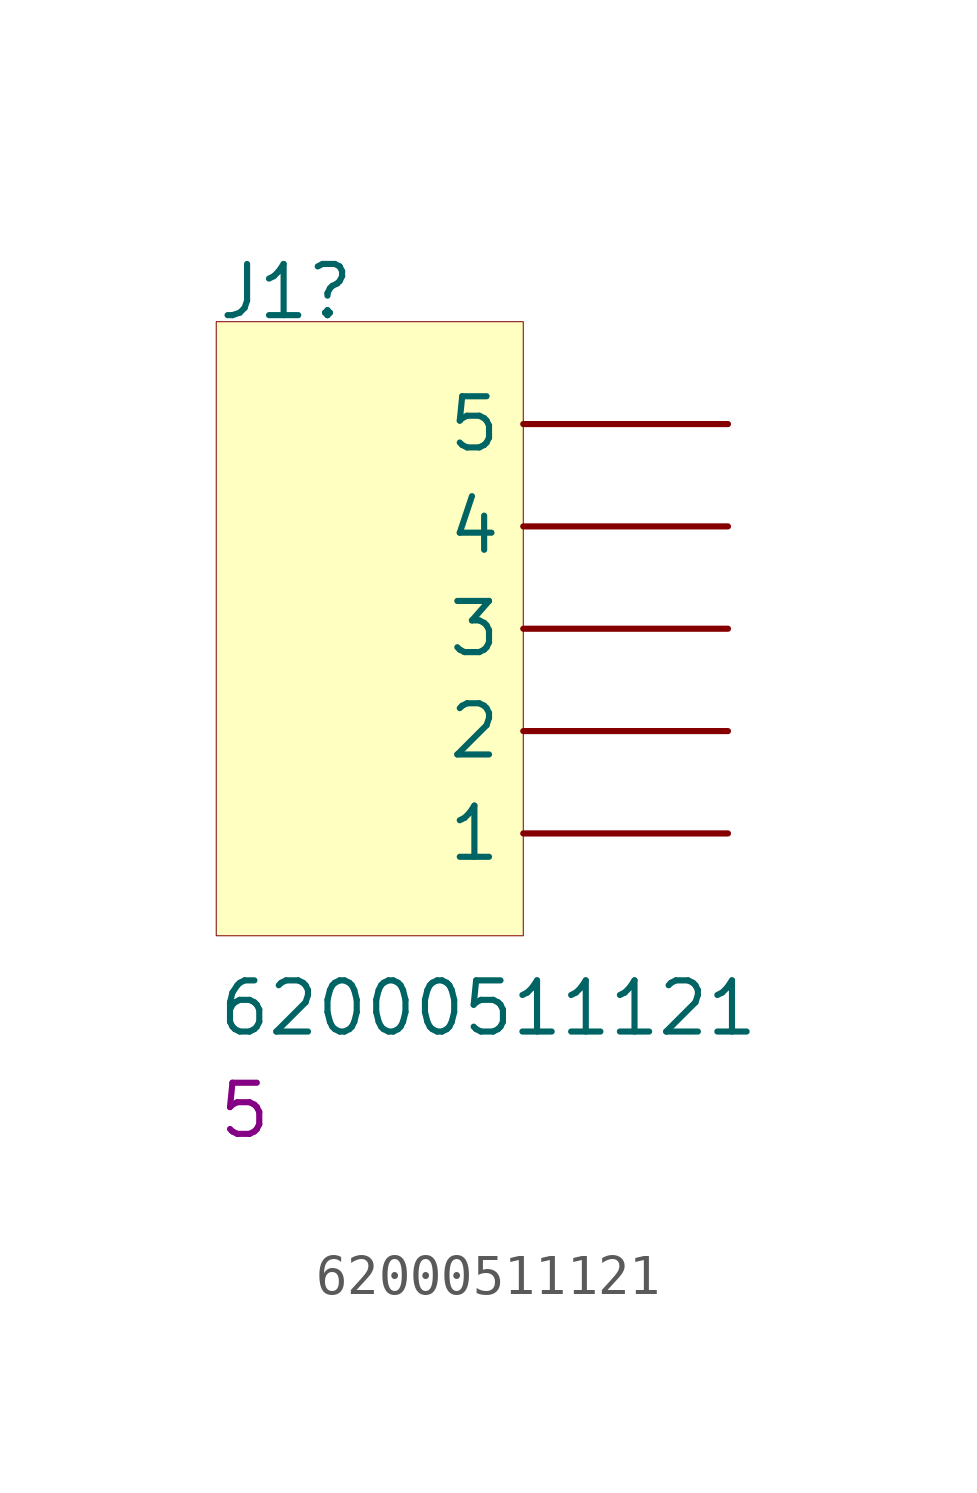
<source format=kicad_sym>
(kicad_symbol_lib
  (version 20231120)
  (generator "kicad_symbol_editor")
  (generator_version "8.0")
  (symbol "62000511121"
    (property "Reference" "J1"
      (at -7.62 15.24 0)
      (effects (font (size 1.27 1.27)) (justify left bottom)))
    (property "Value" "62000511121"
      (at -7.62 -2.54 0)
      (effects (font (size 1.27 1.27)) (justify left bottom)))
    (property "ALTIUM_VALUE" "5"
      (at -7.62 -5.08 0)
      (effects (font (size 1.27 1.27)) (justify left bottom)))
    (symbol "62000511121_1_0"
      (rectangle (start 0 15.24) (end -7.62 0) (stroke (width 0.025) (type solid) (color 128 0 0 1)) (fill (type background)))
      (pin passive line (at 5.08 2.54 180) (length 5.08) (name "1" (effects (font (size 1.27 1.27)))) (number "1" (effects (font (size 0 0)))))
      (pin passive line (at 5.08 5.08 180) (length 5.08) (name "2" (effects (font (size 1.27 1.27)))) (number "2" (effects (font (size 0 0)))))
      (pin passive line (at 5.08 7.62 180) (length 5.08) (name "3" (effects (font (size 1.27 1.27)))) (number "3" (effects (font (size 0 0)))))
      (pin passive line (at 5.08 10.16 180) (length 5.08) (name "4" (effects (font (size 1.27 1.27)))) (number "4" (effects (font (size 0 0)))))
      (pin passive line (at 5.08 12.7 180) (length 5.08) (name "5" (effects (font (size 1.27 1.27)))) (number "5" (effects (font (size 0 0))))))))
</source>
